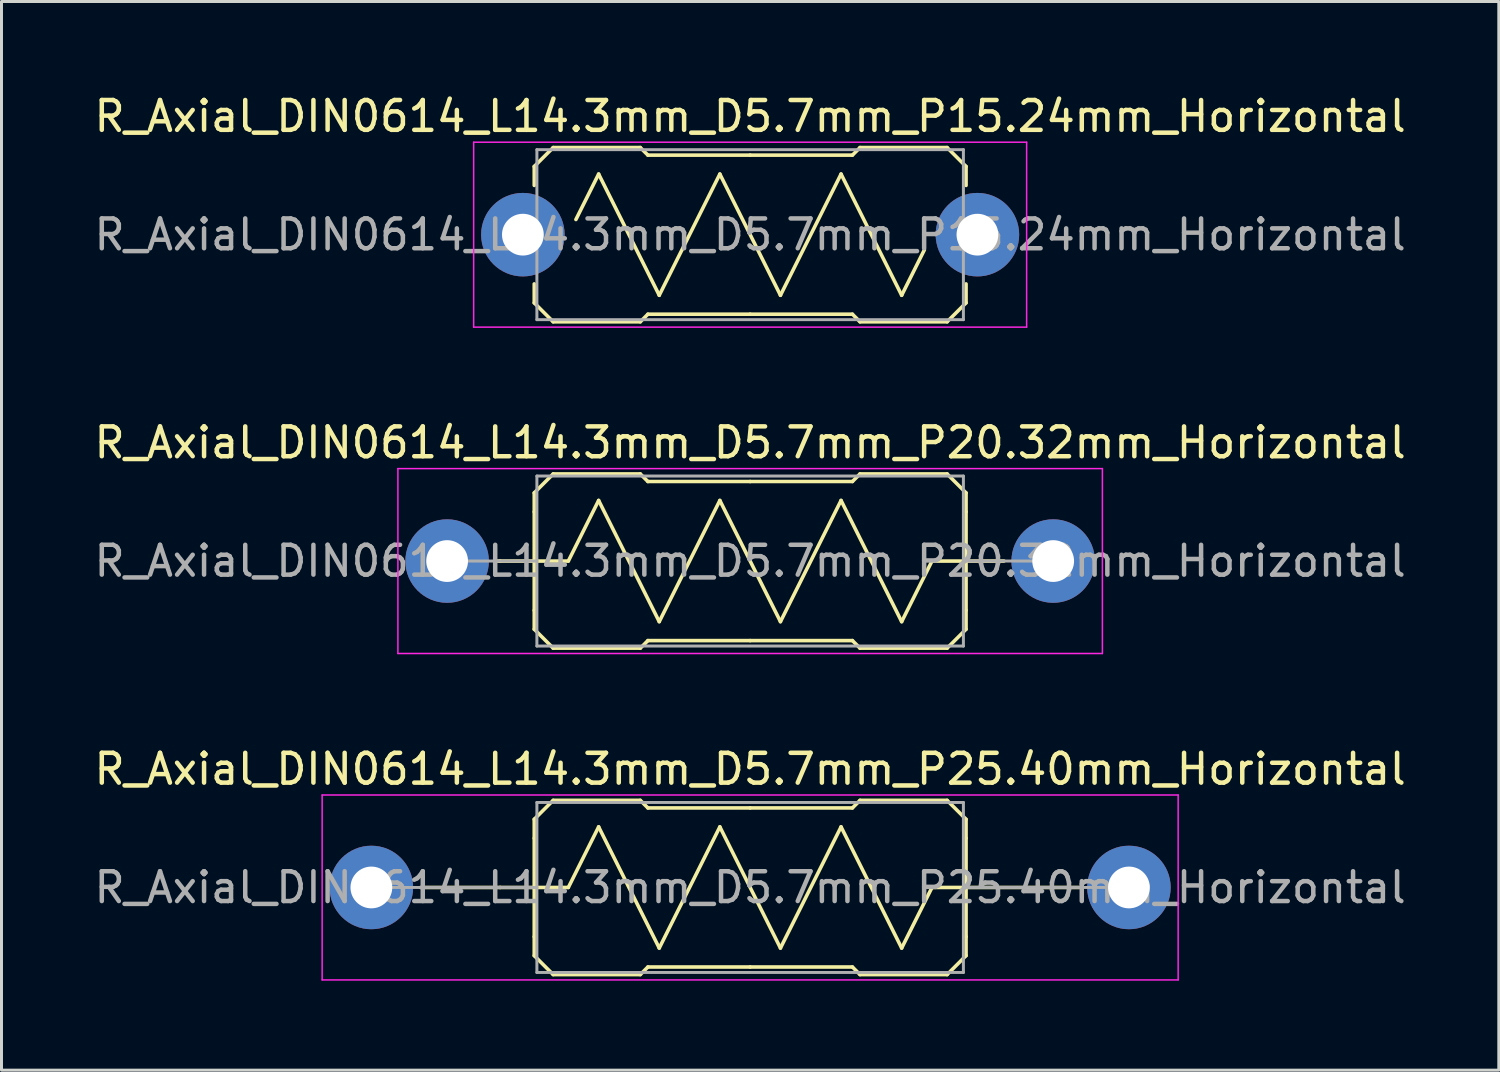
<source format=kicad_pcb>
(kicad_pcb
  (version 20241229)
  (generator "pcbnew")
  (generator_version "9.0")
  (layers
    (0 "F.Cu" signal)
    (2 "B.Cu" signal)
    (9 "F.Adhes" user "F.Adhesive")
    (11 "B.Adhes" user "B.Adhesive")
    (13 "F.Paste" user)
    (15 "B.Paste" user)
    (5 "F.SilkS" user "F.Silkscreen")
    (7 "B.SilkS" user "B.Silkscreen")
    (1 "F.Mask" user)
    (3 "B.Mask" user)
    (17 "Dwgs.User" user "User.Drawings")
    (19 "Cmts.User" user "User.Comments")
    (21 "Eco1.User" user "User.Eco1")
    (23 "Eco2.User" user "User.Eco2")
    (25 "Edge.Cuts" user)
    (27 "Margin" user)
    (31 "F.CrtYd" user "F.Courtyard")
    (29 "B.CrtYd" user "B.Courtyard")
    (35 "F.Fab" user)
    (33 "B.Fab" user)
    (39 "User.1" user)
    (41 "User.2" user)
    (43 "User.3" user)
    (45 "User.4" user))
  (footprint "R_Axial_DIN0614_L14.3mm_D5.7mm_P15.24mm_Horizontal"
    (layer "F.Cu")
    (at 14.481 4.818)
    (property "Reference" "R_Axial_DIN0614_L14.3mm_D5.7mm_P15.24mm_Horizontal" (at 7.62 -3.97 0) (layer "F.SilkS") (effects (font (size 1 1) (thickness 0.15))))
    (attr through_hole)
    (fp_line (start 0.381 -2.286) (end 0.381 -1.651) (stroke (width 0.12) (type solid)) (layer "F.SilkS"))
    (fp_line (start 0.381 -2.286) (end 1.016 -2.921) (stroke (width 0.12) (type solid)) (layer "F.SilkS"))
    (fp_line (start 0.381 2.286) (end 0.381 1.651) (stroke (width 0.12) (type solid)) (layer "F.SilkS"))
    (fp_line (start 0.381 2.286) (end 1.016 2.921) (stroke (width 0.12) (type solid)) (layer "F.SilkS"))
    (fp_line (start 1.016 -2.921) (end 3.937 -2.921) (stroke (width 0.12) (type solid)) (layer "F.SilkS"))
    (fp_line (start 1.016 2.921) (end 3.937 2.921) (stroke (width 0.12) (type solid)) (layer "F.SilkS"))
    (fp_line (start 1.778 -0.508) (end 2.54 -2.032) (stroke (width 0.12) (type solid)) (layer "F.SilkS"))
    (fp_line (start 2.54 -2.032) (end 4.572 2.032) (stroke (width 0.12) (type solid)) (layer "F.SilkS"))
    (fp_line (start 3.937 -2.921) (end 4.191 -2.667) (stroke (width 0.12) (type solid)) (layer "F.SilkS"))
    (fp_line (start 3.937 2.921) (end 4.191 2.667) (stroke (width 0.12) (type solid)) (layer "F.SilkS"))
    (fp_line (start 4.191 -2.667) (end 7.62 -2.667) (stroke (width 0.12) (type solid)) (layer "F.SilkS"))
    (fp_line (start 4.191 2.667) (end 7.62 2.667) (stroke (width 0.12) (type solid)) (layer "F.SilkS"))
    (fp_line (start 4.572 2.032) (end 6.604 -2.032) (stroke (width 0.12) (type solid)) (layer "F.SilkS"))
    (fp_line (start 6.604 -2.032) (end 8.636 2.032) (stroke (width 0.12) (type solid)) (layer "F.SilkS"))
    (fp_line (start 8.636 2.032) (end 10.668 -2.032) (stroke (width 0.12) (type solid)) (layer "F.SilkS"))
    (fp_line (start 10.668 -2.032) (end 12.7 2.032) (stroke (width 0.12) (type solid)) (layer "F.SilkS"))
    (fp_line (start 11.049 -2.667) (end 7.62 -2.667) (stroke (width 0.12) (type solid)) (layer "F.SilkS"))
    (fp_line (start 11.049 2.667) (end 7.62 2.667) (stroke (width 0.12) (type solid)) (layer "F.SilkS"))
    (fp_line (start 11.303 -2.921) (end 11.049 -2.667) (stroke (width 0.12) (type solid)) (layer "F.SilkS"))
    (fp_line (start 11.303 2.921) (end 11.049 2.667) (stroke (width 0.12) (type solid)) (layer "F.SilkS"))
    (fp_line (start 12.7 2.032) (end 13.462 0.508) (stroke (width 0.12) (type solid)) (layer "F.SilkS"))
    (fp_line (start 14.224 -2.921) (end 11.303 -2.921) (stroke (width 0.12) (type solid)) (layer "F.SilkS"))
    (fp_line (start 14.224 2.921) (end 11.303 2.921) (stroke (width 0.12) (type solid)) (layer "F.SilkS"))
    (fp_line (start 14.859 -2.286) (end 14.224 -2.921) (stroke (width 0.12) (type solid)) (layer "F.SilkS"))
    (fp_line (start 14.859 -2.286) (end 14.859 -1.651) (stroke (width 0.12) (type solid)) (layer "F.SilkS"))
    (fp_line (start 14.859 2.286) (end 14.224 2.921) (stroke (width 0.12) (type solid)) (layer "F.SilkS"))
    (fp_line (start 14.859 2.286) (end 14.859 1.651) (stroke (width 0.12) (type solid)) (layer "F.SilkS"))
    (fp_line (start -1.65 -3.1) (end -1.65 3.1) (stroke (width 0.05) (type solid)) (layer "F.CrtYd"))
    (fp_line (start -1.65 3.1) (end 16.89 3.1) (stroke (width 0.05) (type solid)) (layer "F.CrtYd"))
    (fp_line (start 16.89 -3.1) (end -1.65 -3.1) (stroke (width 0.05) (type solid)) (layer "F.CrtYd"))
    (fp_line (start 16.89 3.1) (end 16.89 -3.1) (stroke (width 0.05) (type solid)) (layer "F.CrtYd"))
    (fp_line (start 0 0) (end 0.47 0) (stroke (width 0.1) (type solid)) (layer "F.Fab"))
    (fp_line (start 0.47 -2.85) (end 0.47 2.85) (stroke (width 0.1) (type solid)) (layer "F.Fab"))
    (fp_line (start 0.47 2.85) (end 14.77 2.85) (stroke (width 0.1) (type solid)) (layer "F.Fab"))
    (fp_line (start 14.77 -2.85) (end 0.47 -2.85) (stroke (width 0.1) (type solid)) (layer "F.Fab"))
    (fp_line (start 14.77 2.85) (end 14.77 -2.85) (stroke (width 0.1) (type solid)) (layer "F.Fab"))
    (fp_line (start 15.24 0) (end 14.77 0) (stroke (width 0.1) (type solid)) (layer "F.Fab"))
    (fp_text user "${REFERENCE}" (at 7.62 0 0) (layer "F.Fab") (effects (font (size 1 1) (thickness 0.15))))
    (pad "1" thru_hole circle (at 0 0) (size 2.8 2.8) (drill 1.4) (layers "*.Cu" "*.Mask"))
    (pad "2" thru_hole oval (at 15.24 0) (size 2.8 2.8) (drill 1.4) (layers "*.Cu" "*.Mask")))
  (footprint "R_Axial_DIN0614_L14.3mm_D5.7mm_P20.32mm_Horizontal"
    (layer "F.Cu")
    (at 11.941 15.761)
    (property "Reference" "R_Axial_DIN0614_L14.3mm_D5.7mm_P20.32mm_Horizontal" (at 10.16 -3.97 0) (layer "F.SilkS") (effects (font (size 1 1) (thickness 0.15))))
    (attr through_hole)
    (fp_line (start 1.778 0) (end 1.651 0) (stroke (width 0.12) (type solid)) (layer "F.SilkS"))
    (fp_line (start 1.778 0) (end 2.921 0) (stroke (width 0.12) (type solid)) (layer "F.SilkS"))
    (fp_line (start 2.921 -2.286) (end 2.921 -1.651) (stroke (width 0.12) (type solid)) (layer "F.SilkS"))
    (fp_line (start 2.921 -2.286) (end 3.556 -2.921) (stroke (width 0.12) (type solid)) (layer "F.SilkS"))
    (fp_line (start 2.921 0) (end 4.064 0) (stroke (width 0.12) (type solid)) (layer "F.SilkS"))
    (fp_line (start 2.921 1.651) (end 2.921 -1.651) (stroke (width 0.12) (type solid)) (layer "F.SilkS"))
    (fp_line (start 2.921 2.286) (end 2.921 1.651) (stroke (width 0.12) (type solid)) (layer "F.SilkS"))
    (fp_line (start 2.921 2.286) (end 3.556 2.921) (stroke (width 0.12) (type solid)) (layer "F.SilkS"))
    (fp_line (start 3.556 -2.921) (end 6.477 -2.921) (stroke (width 0.12) (type solid)) (layer "F.SilkS"))
    (fp_line (start 3.556 2.921) (end 6.477 2.921) (stroke (width 0.12) (type solid)) (layer "F.SilkS"))
    (fp_line (start 4.064 0) (end 5.08 -2.032) (stroke (width 0.12) (type solid)) (layer "F.SilkS"))
    (fp_line (start 5.08 -2.032) (end 7.112 2.032) (stroke (width 0.12) (type solid)) (layer "F.SilkS"))
    (fp_line (start 6.477 -2.921) (end 6.731 -2.667) (stroke (width 0.12) (type solid)) (layer "F.SilkS"))
    (fp_line (start 6.477 2.921) (end 6.731 2.667) (stroke (width 0.12) (type solid)) (layer "F.SilkS"))
    (fp_line (start 6.731 -2.667) (end 10.16 -2.667) (stroke (width 0.12) (type solid)) (layer "F.SilkS"))
    (fp_line (start 6.731 2.667) (end 10.16 2.667) (stroke (width 0.12) (type solid)) (layer "F.SilkS"))
    (fp_line (start 7.112 2.032) (end 9.144 -2.032) (stroke (width 0.12) (type solid)) (layer "F.SilkS"))
    (fp_line (start 9.144 -2.032) (end 11.176 2.032) (stroke (width 0.12) (type solid)) (layer "F.SilkS"))
    (fp_line (start 11.176 2.032) (end 13.208 -2.032) (stroke (width 0.12) (type solid)) (layer "F.SilkS"))
    (fp_line (start 13.208 -2.032) (end 15.24 2.032) (stroke (width 0.12) (type solid)) (layer "F.SilkS"))
    (fp_line (start 13.589 -2.667) (end 10.16 -2.667) (stroke (width 0.12) (type solid)) (layer "F.SilkS"))
    (fp_line (start 13.589 2.667) (end 10.16 2.667) (stroke (width 0.12) (type solid)) (layer "F.SilkS"))
    (fp_line (start 13.843 -2.921) (end 13.589 -2.667) (stroke (width 0.12) (type solid)) (layer "F.SilkS"))
    (fp_line (start 13.843 2.921) (end 13.589 2.667) (stroke (width 0.12) (type solid)) (layer "F.SilkS"))
    (fp_line (start 15.24 2.032) (end 16.256 0) (stroke (width 0.12) (type solid)) (layer "F.SilkS"))
    (fp_line (start 16.764 -2.921) (end 13.843 -2.921) (stroke (width 0.12) (type solid)) (layer "F.SilkS"))
    (fp_line (start 16.764 2.921) (end 13.843 2.921) (stroke (width 0.12) (type solid)) (layer "F.SilkS"))
    (fp_line (start 17.399 -2.286) (end 16.764 -2.921) (stroke (width 0.12) (type solid)) (layer "F.SilkS"))
    (fp_line (start 17.399 -2.286) (end 17.399 -1.651) (stroke (width 0.12) (type solid)) (layer "F.SilkS"))
    (fp_line (start 17.399 0) (end 16.256 0) (stroke (width 0.12) (type solid)) (layer "F.SilkS"))
    (fp_line (start 17.399 0) (end 18.669 0) (stroke (width 0.12) (type solid)) (layer "F.SilkS"))
    (fp_line (start 17.399 1.651) (end 17.399 -1.651) (stroke (width 0.12) (type solid)) (layer "F.SilkS"))
    (fp_line (start 17.399 2.286) (end 16.764 2.921) (stroke (width 0.12) (type solid)) (layer "F.SilkS"))
    (fp_line (start 17.399 2.286) (end 17.399 1.651) (stroke (width 0.12) (type solid)) (layer "F.SilkS"))
    (fp_line (start -1.65 -3.1) (end -1.65 3.1) (stroke (width 0.05) (type solid)) (layer "F.CrtYd"))
    (fp_line (start -1.65 3.1) (end 21.97 3.1) (stroke (width 0.05) (type solid)) (layer "F.CrtYd"))
    (fp_line (start 21.97 -3.1) (end -1.65 -3.1) (stroke (width 0.05) (type solid)) (layer "F.CrtYd"))
    (fp_line (start 21.97 3.1) (end 21.97 -3.1) (stroke (width 0.05) (type solid)) (layer "F.CrtYd"))
    (fp_line (start 0 0) (end 3.01 0) (stroke (width 0.1) (type solid)) (layer "F.Fab"))
    (fp_line (start 3.01 -2.85) (end 3.01 2.85) (stroke (width 0.1) (type solid)) (layer "F.Fab"))
    (fp_line (start 3.01 2.85) (end 17.31 2.85) (stroke (width 0.1) (type solid)) (layer "F.Fab"))
    (fp_line (start 17.31 -2.85) (end 3.01 -2.85) (stroke (width 0.1) (type solid)) (layer "F.Fab"))
    (fp_line (start 17.31 2.85) (end 17.31 -2.85) (stroke (width 0.1) (type solid)) (layer "F.Fab"))
    (fp_line (start 20.32 0) (end 17.31 0) (stroke (width 0.1) (type solid)) (layer "F.Fab"))
    (fp_text user "${REFERENCE}" (at 10.16 0 0) (layer "F.Fab") (effects (font (size 1 1) (thickness 0.15))))
    (pad "1" thru_hole circle (at 0 0) (size 2.8 2.8) (drill 1.4) (layers "*.Cu" "*.Mask"))
    (pad "2" thru_hole oval (at 20.32 0) (size 2.8 2.8) (drill 1.4) (layers "*.Cu" "*.Mask")))
  (footprint "R_Axial_DIN0614_L14.3mm_D5.7mm_P25.40mm_Horizontal"
    (layer "F.Cu")
    (at 9.401 26.705)
    (property "Reference" "R_Axial_DIN0614_L14.3mm_D5.7mm_P25.40mm_Horizontal" (at 12.7 -3.97 0) (layer "F.SilkS") (effects (font (size 1 1) (thickness 0.15))))
    (attr through_hole)
    (fp_line (start 4.318 0) (end 1.651 0) (stroke (width 0.12) (type solid)) (layer "F.SilkS"))
    (fp_line (start 4.318 0) (end 5.461 0) (stroke (width 0.12) (type solid)) (layer "F.SilkS"))
    (fp_line (start 5.461 -2.286) (end 5.461 -1.651) (stroke (width 0.12) (type solid)) (layer "F.SilkS"))
    (fp_line (start 5.461 -2.286) (end 6.096 -2.921) (stroke (width 0.12) (type solid)) (layer "F.SilkS"))
    (fp_line (start 5.461 0) (end 6.604 0) (stroke (width 0.12) (type solid)) (layer "F.SilkS"))
    (fp_line (start 5.461 1.651) (end 5.461 -1.651) (stroke (width 0.12) (type solid)) (layer "F.SilkS"))
    (fp_line (start 5.461 2.286) (end 5.461 1.651) (stroke (width 0.12) (type solid)) (layer "F.SilkS"))
    (fp_line (start 5.461 2.286) (end 6.096 2.921) (stroke (width 0.12) (type solid)) (layer "F.SilkS"))
    (fp_line (start 6.096 -2.921) (end 9.017 -2.921) (stroke (width 0.12) (type solid)) (layer "F.SilkS"))
    (fp_line (start 6.096 2.921) (end 9.017 2.921) (stroke (width 0.12) (type solid)) (layer "F.SilkS"))
    (fp_line (start 6.604 0) (end 7.62 -2.032) (stroke (width 0.12) (type solid)) (layer "F.SilkS"))
    (fp_line (start 7.62 -2.032) (end 9.652 2.032) (stroke (width 0.12) (type solid)) (layer "F.SilkS"))
    (fp_line (start 9.017 -2.921) (end 9.271 -2.667) (stroke (width 0.12) (type solid)) (layer "F.SilkS"))
    (fp_line (start 9.017 2.921) (end 9.271 2.667) (stroke (width 0.12) (type solid)) (layer "F.SilkS"))
    (fp_line (start 9.271 -2.667) (end 12.7 -2.667) (stroke (width 0.12) (type solid)) (layer "F.SilkS"))
    (fp_line (start 9.271 2.667) (end 12.7 2.667) (stroke (width 0.12) (type solid)) (layer "F.SilkS"))
    (fp_line (start 9.652 2.032) (end 11.684 -2.032) (stroke (width 0.12) (type solid)) (layer "F.SilkS"))
    (fp_line (start 11.684 -2.032) (end 13.716 2.032) (stroke (width 0.12) (type solid)) (layer "F.SilkS"))
    (fp_line (start 13.716 2.032) (end 15.748 -2.032) (stroke (width 0.12) (type solid)) (layer "F.SilkS"))
    (fp_line (start 15.748 -2.032) (end 17.78 2.032) (stroke (width 0.12) (type solid)) (layer "F.SilkS"))
    (fp_line (start 16.129 -2.667) (end 12.7 -2.667) (stroke (width 0.12) (type solid)) (layer "F.SilkS"))
    (fp_line (start 16.129 2.667) (end 12.7 2.667) (stroke (width 0.12) (type solid)) (layer "F.SilkS"))
    (fp_line (start 16.383 -2.921) (end 16.129 -2.667) (stroke (width 0.12) (type solid)) (layer "F.SilkS"))
    (fp_line (start 16.383 2.921) (end 16.129 2.667) (stroke (width 0.12) (type solid)) (layer "F.SilkS"))
    (fp_line (start 17.78 2.032) (end 18.796 0) (stroke (width 0.12) (type solid)) (layer "F.SilkS"))
    (fp_line (start 19.304 -2.921) (end 16.383 -2.921) (stroke (width 0.12) (type solid)) (layer "F.SilkS"))
    (fp_line (start 19.304 2.921) (end 16.383 2.921) (stroke (width 0.12) (type solid)) (layer "F.SilkS"))
    (fp_line (start 19.939 -2.286) (end 19.304 -2.921) (stroke (width 0.12) (type solid)) (layer "F.SilkS"))
    (fp_line (start 19.939 -2.286) (end 19.939 -1.651) (stroke (width 0.12) (type solid)) (layer "F.SilkS"))
    (fp_line (start 19.939 0) (end 18.796 0) (stroke (width 0.12) (type solid)) (layer "F.SilkS"))
    (fp_line (start 19.939 0) (end 23.749 0) (stroke (width 0.12) (type solid)) (layer "F.SilkS"))
    (fp_line (start 19.939 1.651) (end 19.939 -1.651) (stroke (width 0.12) (type solid)) (layer "F.SilkS"))
    (fp_line (start 19.939 2.286) (end 19.304 2.921) (stroke (width 0.12) (type solid)) (layer "F.SilkS"))
    (fp_line (start 19.939 2.286) (end 19.939 1.651) (stroke (width 0.12) (type solid)) (layer "F.SilkS"))
    (fp_line (start -1.65 -3.1) (end -1.65 3.1) (stroke (width 0.05) (type solid)) (layer "F.CrtYd"))
    (fp_line (start -1.65 3.1) (end 27.05 3.1) (stroke (width 0.05) (type solid)) (layer "F.CrtYd"))
    (fp_line (start 27.05 -3.1) (end -1.65 -3.1) (stroke (width 0.05) (type solid)) (layer "F.CrtYd"))
    (fp_line (start 27.05 3.1) (end 27.05 -3.1) (stroke (width 0.05) (type solid)) (layer "F.CrtYd"))
    (fp_line (start 0 0) (end 5.55 0) (stroke (width 0.1) (type solid)) (layer "F.Fab"))
    (fp_line (start 5.55 -2.85) (end 5.55 2.85) (stroke (width 0.1) (type solid)) (layer "F.Fab"))
    (fp_line (start 5.55 2.85) (end 19.85 2.85) (stroke (width 0.1) (type solid)) (layer "F.Fab"))
    (fp_line (start 19.85 -2.85) (end 5.55 -2.85) (stroke (width 0.1) (type solid)) (layer "F.Fab"))
    (fp_line (start 19.85 2.85) (end 19.85 -2.85) (stroke (width 0.1) (type solid)) (layer "F.Fab"))
    (fp_line (start 25.4 0) (end 19.85 0) (stroke (width 0.1) (type solid)) (layer "F.Fab"))
    (fp_text user "${REFERENCE}" (at 12.7 0 0) (layer "F.Fab") (effects (font (size 1 1) (thickness 0.15))))
    (pad "1" thru_hole circle (at 0 0) (size 2.8 2.8) (drill 1.4) (layers "*.Cu" "*.Mask"))
    (pad "2" thru_hole oval (at 25.4 0) (size 2.8 2.8) (drill 1.4) (layers "*.Cu" "*.Mask")))
  (gr_rect
    (start -3 -3)
    (end 47.202 32.83)
    (stroke (width 0.1) (type default))
    (fill no)
    (layer "Edge.Cuts")))
</source>
